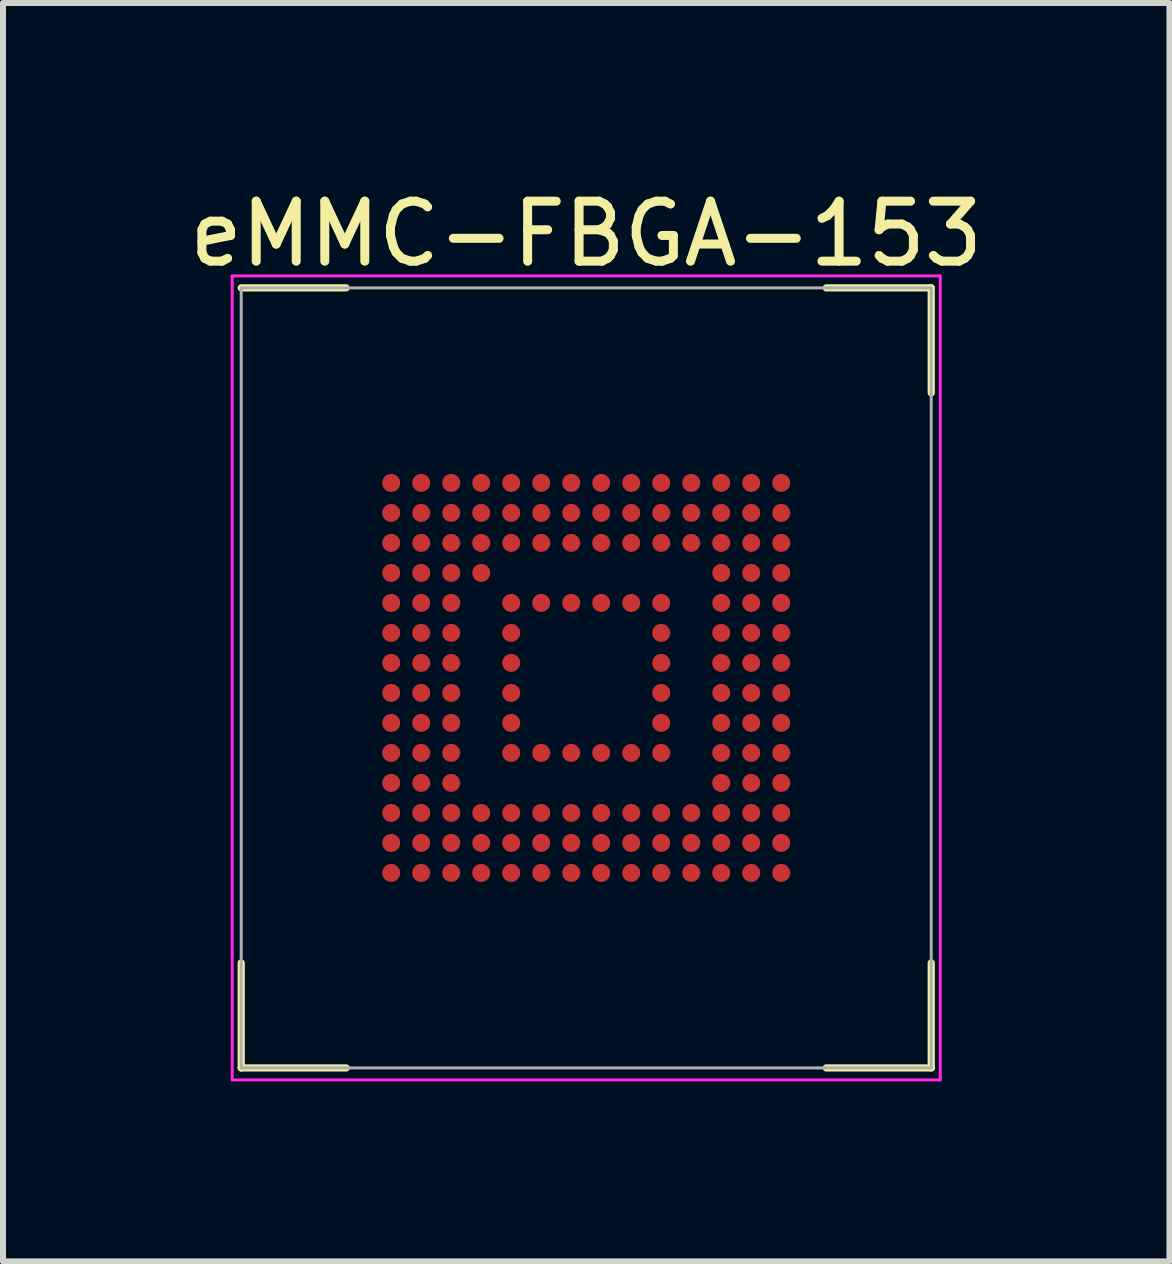
<source format=kicad_pcb>
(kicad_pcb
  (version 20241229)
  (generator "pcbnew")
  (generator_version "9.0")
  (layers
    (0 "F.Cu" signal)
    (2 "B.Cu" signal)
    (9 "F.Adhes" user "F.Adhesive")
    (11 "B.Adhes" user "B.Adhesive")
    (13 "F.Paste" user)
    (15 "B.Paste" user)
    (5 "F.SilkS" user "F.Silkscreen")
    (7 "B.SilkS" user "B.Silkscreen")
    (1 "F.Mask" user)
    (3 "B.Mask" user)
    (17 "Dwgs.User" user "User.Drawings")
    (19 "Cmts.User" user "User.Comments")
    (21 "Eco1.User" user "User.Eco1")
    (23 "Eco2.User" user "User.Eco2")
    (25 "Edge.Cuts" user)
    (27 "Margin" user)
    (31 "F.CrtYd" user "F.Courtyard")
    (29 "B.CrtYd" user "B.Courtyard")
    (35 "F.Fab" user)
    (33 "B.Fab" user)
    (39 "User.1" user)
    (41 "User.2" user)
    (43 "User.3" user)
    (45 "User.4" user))
  (footprint "eMMC-FBGA-153"
    (layer "F.Cu")
    (at 6.72 8.248)
    (property "Reference" "eMMC-FBGA-153" (at 0 -7.4 0) (layer "F.SilkS") (effects (font (size 1 1) (thickness 0.15))))
    (attr smd)
    (fp_line (start -5.75 -6.5) (end -4 -6.5) (stroke (width 0.12) (type solid)) (layer "F.SilkS"))
    (fp_line (start -5.75 6.5) (end -5.75 4.75) (stroke (width 0.12) (type solid)) (layer "F.SilkS"))
    (fp_line (start -5.75 6.5) (end -4 6.5) (stroke (width 0.12) (type solid)) (layer "F.SilkS"))
    (fp_line (start 5.75 -6.5) (end 4 -6.5) (stroke (width 0.12) (type solid)) (layer "F.SilkS"))
    (fp_line (start 5.75 -6.5) (end 5.75 -4.75) (stroke (width 0.12) (type solid)) (layer "F.SilkS"))
    (fp_line (start 5.75 6.5) (end 4 6.5) (stroke (width 0.12) (type solid)) (layer "F.SilkS"))
    (fp_line (start 5.75 6.5) (end 5.75 4.75) (stroke (width 0.12) (type solid)) (layer "F.SilkS"))
    (fp_line (start -5.9 -6.7) (end -5.9 6.7) (stroke (width 0.05) (type solid)) (layer "F.CrtYd"))
    (fp_line (start -5.9 6.7) (end 5.9 6.7) (stroke (width 0.05) (type solid)) (layer "F.CrtYd"))
    (fp_line (start 5.9 -6.7) (end -5.9 -6.7) (stroke (width 0.05) (type solid)) (layer "F.CrtYd"))
    (fp_line (start 5.9 6.7) (end 5.9 -6.7) (stroke (width 0.05) (type solid)) (layer "F.CrtYd"))
    (fp_line (start -5.75 -6.5) (end 5.75 -6.5) (stroke (width 0.05) (type solid)) (layer "F.Fab"))
    (fp_line (start -5.75 6.5) (end -5.75 -6.5) (stroke (width 0.05) (type solid)) (layer "F.Fab"))
    (fp_line (start 5.75 -6.5) (end 5.75 6.5) (stroke (width 0.05) (type solid)) (layer "F.Fab"))
    (fp_line (start 5.75 6.5) (end -5.75 6.5) (stroke (width 0.05) (type solid)) (layer "F.Fab"))
    (pad "A1" smd circle (at -3.25 -3.25) (size 0.3 0.3) (layers "F.Cu" "F.Mask" "F.Paste"))
    (pad "A2" smd circle (at -2.75 -3.25) (size 0.3 0.3) (layers "F.Cu" "F.Mask" "F.Paste"))
    (pad "A3" smd circle (at -2.25 -3.25) (size 0.3 0.3) (layers "F.Cu" "F.Mask" "F.Paste"))
    (pad "A4" smd circle (at -1.75 -3.25) (size 0.3 0.3) (layers "F.Cu" "F.Mask" "F.Paste"))
    (pad "A5" smd circle (at -1.25 -3.25) (size 0.3 0.3) (layers "F.Cu" "F.Mask" "F.Paste"))
    (pad "A6" smd circle (at -0.75 -3.25) (size 0.3 0.3) (layers "F.Cu" "F.Mask" "F.Paste"))
    (pad "A7" smd circle (at -0.25 -3.25) (size 0.3 0.3) (layers "F.Cu" "F.Mask" "F.Paste"))
    (pad "A8" smd circle (at 0.25 -3.25) (size 0.3 0.3) (layers "F.Cu" "F.Mask" "F.Paste"))
    (pad "A9" smd circle (at 0.75 -3.25) (size 0.3 0.3) (layers "F.Cu" "F.Mask" "F.Paste"))
    (pad "A10" smd circle (at 1.25 -3.25) (size 0.3 0.3) (layers "F.Cu" "F.Mask" "F.Paste"))
    (pad "A11" smd circle (at 1.75 -3.25) (size 0.3 0.3) (layers "F.Cu" "F.Mask" "F.Paste"))
    (pad "A12" smd circle (at 2.25 -3.25) (size 0.3 0.3) (layers "F.Cu" "F.Mask" "F.Paste"))
    (pad "A13" smd circle (at 2.75 -3.25) (size 0.3 0.3) (layers "F.Cu" "F.Mask" "F.Paste"))
    (pad "A14" smd circle (at 3.25 -3.25) (size 0.3 0.3) (layers "F.Cu" "F.Mask" "F.Paste"))
    (pad "B1" smd circle (at -3.25 -2.75) (size 0.3 0.3) (layers "F.Cu" "F.Mask" "F.Paste"))
    (pad "B2" smd circle (at -2.75 -2.75) (size 0.3 0.3) (layers "F.Cu" "F.Mask" "F.Paste"))
    (pad "B3" smd circle (at -2.25 -2.75) (size 0.3 0.3) (layers "F.Cu" "F.Mask" "F.Paste"))
    (pad "B4" smd circle (at -1.75 -2.75) (size 0.3 0.3) (layers "F.Cu" "F.Mask" "F.Paste"))
    (pad "B5" smd circle (at -1.25 -2.75) (size 0.3 0.3) (layers "F.Cu" "F.Mask" "F.Paste"))
    (pad "B6" smd circle (at -0.75 -2.75) (size 0.3 0.3) (layers "F.Cu" "F.Mask" "F.Paste"))
    (pad "B7" smd circle (at -0.25 -2.75) (size 0.3 0.3) (layers "F.Cu" "F.Mask" "F.Paste"))
    (pad "B8" smd circle (at 0.25 -2.75) (size 0.3 0.3) (layers "F.Cu" "F.Mask" "F.Paste"))
    (pad "B9" smd circle (at 0.75 -2.75) (size 0.3 0.3) (layers "F.Cu" "F.Mask" "F.Paste"))
    (pad "B10" smd circle (at 1.25 -2.75) (size 0.3 0.3) (layers "F.Cu" "F.Mask" "F.Paste"))
    (pad "B11" smd circle (at 1.75 -2.75) (size 0.3 0.3) (layers "F.Cu" "F.Mask" "F.Paste"))
    (pad "B12" smd circle (at 2.25 -2.75) (size 0.3 0.3) (layers "F.Cu" "F.Mask" "F.Paste"))
    (pad "B13" smd circle (at 2.75 -2.75) (size 0.3 0.3) (layers "F.Cu" "F.Mask" "F.Paste"))
    (pad "B14" smd circle (at 3.25 -2.75) (size 0.3 0.3) (layers "F.Cu" "F.Mask" "F.Paste"))
    (pad "C1" smd circle (at -3.25 -2.25) (size 0.3 0.3) (layers "F.Cu" "F.Mask" "F.Paste"))
    (pad "C2" smd circle (at -2.75 -2.25) (size 0.3 0.3) (layers "F.Cu" "F.Mask" "F.Paste"))
    (pad "C3" smd circle (at -2.25 -2.25) (size 0.3 0.3) (layers "F.Cu" "F.Mask" "F.Paste"))
    (pad "C4" smd circle (at -1.75 -2.25) (size 0.3 0.3) (layers "F.Cu" "F.Mask" "F.Paste"))
    (pad "C5" smd circle (at -1.25 -2.25) (size 0.3 0.3) (layers "F.Cu" "F.Mask" "F.Paste"))
    (pad "C6" smd circle (at -0.75 -2.25) (size 0.3 0.3) (layers "F.Cu" "F.Mask" "F.Paste"))
    (pad "C7" smd circle (at -0.25 -2.25) (size 0.3 0.3) (layers "F.Cu" "F.Mask" "F.Paste"))
    (pad "C8" smd circle (at 0.25 -2.25) (size 0.3 0.3) (layers "F.Cu" "F.Mask" "F.Paste"))
    (pad "C9" smd circle (at 0.75 -2.25) (size 0.3 0.3) (layers "F.Cu" "F.Mask" "F.Paste"))
    (pad "C10" smd circle (at 1.25 -2.25) (size 0.3 0.3) (layers "F.Cu" "F.Mask" "F.Paste"))
    (pad "C11" smd circle (at 1.75 -2.25) (size 0.3 0.3) (layers "F.Cu" "F.Mask" "F.Paste"))
    (pad "C12" smd circle (at 2.25 -2.25) (size 0.3 0.3) (layers "F.Cu" "F.Mask" "F.Paste"))
    (pad "C13" smd circle (at 2.75 -2.25) (size 0.3 0.3) (layers "F.Cu" "F.Mask" "F.Paste"))
    (pad "C14" smd circle (at 3.25 -2.25) (size 0.3 0.3) (layers "F.Cu" "F.Mask" "F.Paste"))
    (pad "D1" smd circle (at -3.25 -1.75) (size 0.3 0.3) (layers "F.Cu" "F.Mask" "F.Paste"))
    (pad "D2" smd circle (at -2.75 -1.75) (size 0.3 0.3) (layers "F.Cu" "F.Mask" "F.Paste"))
    (pad "D3" smd circle (at -2.25 -1.75) (size 0.3 0.3) (layers "F.Cu" "F.Mask" "F.Paste"))
    (pad "D4" smd circle (at -1.75 -1.75) (size 0.3 0.3) (layers "F.Cu" "F.Mask" "F.Paste"))
    (pad "D12" smd circle (at 2.25 -1.75) (size 0.3 0.3) (layers "F.Cu" "F.Mask" "F.Paste"))
    (pad "D13" smd circle (at 2.75 -1.75) (size 0.3 0.3) (layers "F.Cu" "F.Mask" "F.Paste"))
    (pad "D14" smd circle (at 3.25 -1.75) (size 0.3 0.3) (layers "F.Cu" "F.Mask" "F.Paste"))
    (pad "E1" smd circle (at -3.25 -1.25) (size 0.3 0.3) (layers "F.Cu" "F.Mask" "F.Paste"))
    (pad "E2" smd circle (at -2.75 -1.25) (size 0.3 0.3) (layers "F.Cu" "F.Mask" "F.Paste"))
    (pad "E3" smd circle (at -2.25 -1.25) (size 0.3 0.3) (layers "F.Cu" "F.Mask" "F.Paste"))
    (pad "E5" smd circle (at -1.25 -1.25) (size 0.3 0.3) (layers "F.Cu" "F.Mask" "F.Paste"))
    (pad "E6" smd circle (at -0.75 -1.25) (size 0.3 0.3) (layers "F.Cu" "F.Mask" "F.Paste"))
    (pad "E7" smd circle (at -0.25 -1.25) (size 0.3 0.3) (layers "F.Cu" "F.Mask" "F.Paste"))
    (pad "E8" smd circle (at 0.25 -1.25) (size 0.3 0.3) (layers "F.Cu" "F.Mask" "F.Paste"))
    (pad "E9" smd circle (at 0.75 -1.25) (size 0.3 0.3) (layers "F.Cu" "F.Mask" "F.Paste"))
    (pad "E10" smd circle (at 1.25 -1.25) (size 0.3 0.3) (layers "F.Cu" "F.Mask" "F.Paste"))
    (pad "E12" smd circle (at 2.25 -1.25) (size 0.3 0.3) (layers "F.Cu" "F.Mask" "F.Paste"))
    (pad "E13" smd circle (at 2.75 -1.25) (size 0.3 0.3) (layers "F.Cu" "F.Mask" "F.Paste"))
    (pad "E14" smd circle (at 3.25 -1.25) (size 0.3 0.3) (layers "F.Cu" "F.Mask" "F.Paste"))
    (pad "F1" smd circle (at -3.25 -0.75) (size 0.3 0.3) (layers "F.Cu" "F.Mask" "F.Paste"))
    (pad "F2" smd circle (at -2.75 -0.75) (size 0.3 0.3) (layers "F.Cu" "F.Mask" "F.Paste"))
    (pad "F3" smd circle (at -2.25 -0.75) (size 0.3 0.3) (layers "F.Cu" "F.Mask" "F.Paste"))
    (pad "F5" smd circle (at -1.25 -0.75) (size 0.3 0.3) (layers "F.Cu" "F.Mask" "F.Paste"))
    (pad "F10" smd circle (at 1.25 -0.75) (size 0.3 0.3) (layers "F.Cu" "F.Mask" "F.Paste"))
    (pad "F12" smd circle (at 2.25 -0.75) (size 0.3 0.3) (layers "F.Cu" "F.Mask" "F.Paste"))
    (pad "F13" smd circle (at 2.75 -0.75) (size 0.3 0.3) (layers "F.Cu" "F.Mask" "F.Paste"))
    (pad "F14" smd circle (at 3.25 -0.75) (size 0.3 0.3) (layers "F.Cu" "F.Mask" "F.Paste"))
    (pad "G1" smd circle (at -3.25 -0.25) (size 0.3 0.3) (layers "F.Cu" "F.Mask" "F.Paste"))
    (pad "G2" smd circle (at -2.75 -0.25) (size 0.3 0.3) (layers "F.Cu" "F.Mask" "F.Paste"))
    (pad "G3" smd circle (at -2.25 -0.25) (size 0.3 0.3) (layers "F.Cu" "F.Mask" "F.Paste"))
    (pad "G5" smd circle (at -1.25 -0.25) (size 0.3 0.3) (layers "F.Cu" "F.Mask" "F.Paste"))
    (pad "G10" smd circle (at 1.25 -0.25) (size 0.3 0.3) (layers "F.Cu" "F.Mask" "F.Paste"))
    (pad "G12" smd circle (at 2.25 -0.25) (size 0.3 0.3) (layers "F.Cu" "F.Mask" "F.Paste"))
    (pad "G13" smd circle (at 2.75 -0.25) (size 0.3 0.3) (layers "F.Cu" "F.Mask" "F.Paste"))
    (pad "G14" smd circle (at 3.25 -0.25) (size 0.3 0.3) (layers "F.Cu" "F.Mask" "F.Paste"))
    (pad "H1" smd circle (at -3.25 0.25) (size 0.3 0.3) (layers "F.Cu" "F.Mask" "F.Paste"))
    (pad "H2" smd circle (at -2.75 0.25) (size 0.3 0.3) (layers "F.Cu" "F.Mask" "F.Paste"))
    (pad "H3" smd circle (at -2.25 0.25) (size 0.3 0.3) (layers "F.Cu" "F.Mask" "F.Paste"))
    (pad "H5" smd circle (at -1.25 0.25) (size 0.3 0.3) (layers "F.Cu" "F.Mask" "F.Paste"))
    (pad "H10" smd circle (at 1.25 0.25) (size 0.3 0.3) (layers "F.Cu" "F.Mask" "F.Paste"))
    (pad "H12" smd circle (at 2.25 0.25) (size 0.3 0.3) (layers "F.Cu" "F.Mask" "F.Paste"))
    (pad "H13" smd circle (at 2.75 0.25) (size 0.3 0.3) (layers "F.Cu" "F.Mask" "F.Paste"))
    (pad "H14" smd circle (at 3.25 0.25) (size 0.3 0.3) (layers "F.Cu" "F.Mask" "F.Paste"))
    (pad "J1" smd circle (at -3.25 0.75) (size 0.3 0.3) (layers "F.Cu" "F.Mask" "F.Paste"))
    (pad "J2" smd circle (at -2.75 0.75) (size 0.3 0.3) (layers "F.Cu" "F.Mask" "F.Paste"))
    (pad "J3" smd circle (at -2.25 0.75) (size 0.3 0.3) (layers "F.Cu" "F.Mask" "F.Paste"))
    (pad "J5" smd circle (at -1.25 0.75) (size 0.3 0.3) (layers "F.Cu" "F.Mask" "F.Paste"))
    (pad "J10" smd circle (at 1.25 0.75) (size 0.3 0.3) (layers "F.Cu" "F.Mask" "F.Paste"))
    (pad "J12" smd circle (at 2.25 0.75) (size 0.3 0.3) (layers "F.Cu" "F.Mask" "F.Paste"))
    (pad "J13" smd circle (at 2.75 0.75) (size 0.3 0.3) (layers "F.Cu" "F.Mask" "F.Paste"))
    (pad "J14" smd circle (at 3.25 0.75) (size 0.3 0.3) (layers "F.Cu" "F.Mask" "F.Paste"))
    (pad "K1" smd circle (at -3.25 1.25) (size 0.3 0.3) (layers "F.Cu" "F.Mask" "F.Paste"))
    (pad "K2" smd circle (at -2.75 1.25) (size 0.3 0.3) (layers "F.Cu" "F.Mask" "F.Paste"))
    (pad "K3" smd circle (at -2.25 1.25) (size 0.3 0.3) (layers "F.Cu" "F.Mask" "F.Paste"))
    (pad "K5" smd circle (at -1.25 1.25) (size 0.3 0.3) (layers "F.Cu" "F.Mask" "F.Paste"))
    (pad "K6" smd circle (at -0.75 1.25) (size 0.3 0.3) (layers "F.Cu" "F.Mask" "F.Paste"))
    (pad "K7" smd circle (at -0.25 1.25) (size 0.3 0.3) (layers "F.Cu" "F.Mask" "F.Paste"))
    (pad "K8" smd circle (at 0.25 1.25) (size 0.3 0.3) (layers "F.Cu" "F.Mask" "F.Paste"))
    (pad "K9" smd circle (at 0.75 1.25) (size 0.3 0.3) (layers "F.Cu" "F.Mask" "F.Paste"))
    (pad "K10" smd circle (at 1.25 1.25) (size 0.3 0.3) (layers "F.Cu" "F.Mask" "F.Paste"))
    (pad "K12" smd circle (at 2.25 1.25) (size 0.3 0.3) (layers "F.Cu" "F.Mask" "F.Paste"))
    (pad "K13" smd circle (at 2.75 1.25) (size 0.3 0.3) (layers "F.Cu" "F.Mask" "F.Paste"))
    (pad "K14" smd circle (at 3.25 1.25) (size 0.3 0.3) (layers "F.Cu" "F.Mask" "F.Paste"))
    (pad "L1" smd circle (at -3.25 1.75) (size 0.3 0.3) (layers "F.Cu" "F.Mask" "F.Paste"))
    (pad "L2" smd circle (at -2.75 1.75) (size 0.3 0.3) (layers "F.Cu" "F.Mask" "F.Paste"))
    (pad "L3" smd circle (at -2.25 1.75) (size 0.3 0.3) (layers "F.Cu" "F.Mask" "F.Paste"))
    (pad "L12" smd circle (at 2.25 1.75) (size 0.3 0.3) (layers "F.Cu" "F.Mask" "F.Paste"))
    (pad "L13" smd circle (at 2.75 1.75) (size 0.3 0.3) (layers "F.Cu" "F.Mask" "F.Paste"))
    (pad "L14" smd circle (at 3.25 1.75) (size 0.3 0.3) (layers "F.Cu" "F.Mask" "F.Paste"))
    (pad "M1" smd circle (at -3.25 2.25) (size 0.3 0.3) (layers "F.Cu" "F.Mask" "F.Paste"))
    (pad "M2" smd circle (at -2.75 2.25) (size 0.3 0.3) (layers "F.Cu" "F.Mask" "F.Paste"))
    (pad "M3" smd circle (at -2.25 2.25) (size 0.3 0.3) (layers "F.Cu" "F.Mask" "F.Paste"))
    (pad "M4" smd circle (at -1.75 2.25) (size 0.3 0.3) (layers "F.Cu" "F.Mask" "F.Paste"))
    (pad "M5" smd circle (at -1.25 2.25) (size 0.3 0.3) (layers "F.Cu" "F.Mask" "F.Paste"))
    (pad "M6" smd circle (at -0.75 2.25) (size 0.3 0.3) (layers "F.Cu" "F.Mask" "F.Paste"))
    (pad "M7" smd circle (at -0.25 2.25) (size 0.3 0.3) (layers "F.Cu" "F.Mask" "F.Paste"))
    (pad "M8" smd circle (at 0.25 2.25) (size 0.3 0.3) (layers "F.Cu" "F.Mask" "F.Paste"))
    (pad "M9" smd circle (at 0.75 2.25) (size 0.3 0.3) (layers "F.Cu" "F.Mask" "F.Paste"))
    (pad "M10" smd circle (at 1.25 2.25) (size 0.3 0.3) (layers "F.Cu" "F.Mask" "F.Paste"))
    (pad "M11" smd circle (at 1.75 2.25) (size 0.3 0.3) (layers "F.Cu" "F.Mask" "F.Paste"))
    (pad "M12" smd circle (at 2.25 2.25) (size 0.3 0.3) (layers "F.Cu" "F.Mask" "F.Paste"))
    (pad "M13" smd circle (at 2.75 2.25) (size 0.3 0.3) (layers "F.Cu" "F.Mask" "F.Paste"))
    (pad "M14" smd circle (at 3.25 2.25) (size 0.3 0.3) (layers "F.Cu" "F.Mask" "F.Paste"))
    (pad "N1" smd circle (at -3.25 2.75) (size 0.3 0.3) (layers "F.Cu" "F.Mask" "F.Paste"))
    (pad "N2" smd circle (at -2.75 2.75) (size 0.3 0.3) (layers "F.Cu" "F.Mask" "F.Paste"))
    (pad "N3" smd circle (at -2.25 2.75) (size 0.3 0.3) (layers "F.Cu" "F.Mask" "F.Paste"))
    (pad "N4" smd circle (at -1.75 2.75) (size 0.3 0.3) (layers "F.Cu" "F.Mask" "F.Paste"))
    (pad "N5" smd circle (at -1.25 2.75) (size 0.3 0.3) (layers "F.Cu" "F.Mask" "F.Paste"))
    (pad "N6" smd circle (at -0.75 2.75) (size 0.3 0.3) (layers "F.Cu" "F.Mask" "F.Paste"))
    (pad "N7" smd circle (at -0.25 2.75) (size 0.3 0.3) (layers "F.Cu" "F.Mask" "F.Paste"))
    (pad "N8" smd circle (at 0.25 2.75) (size 0.3 0.3) (layers "F.Cu" "F.Mask" "F.Paste"))
    (pad "N9" smd circle (at 0.75 2.75) (size 0.3 0.3) (layers "F.Cu" "F.Mask" "F.Paste"))
    (pad "N10" smd circle (at 1.25 2.75) (size 0.3 0.3) (layers "F.Cu" "F.Mask" "F.Paste"))
    (pad "N11" smd circle (at 1.75 2.75) (size 0.3 0.3) (layers "F.Cu" "F.Mask" "F.Paste"))
    (pad "N12" smd circle (at 2.25 2.75) (size 0.3 0.3) (layers "F.Cu" "F.Mask" "F.Paste"))
    (pad "N13" smd circle (at 2.75 2.75) (size 0.3 0.3) (layers "F.Cu" "F.Mask" "F.Paste"))
    (pad "N14" smd circle (at 3.25 2.75) (size 0.3 0.3) (layers "F.Cu" "F.Mask" "F.Paste"))
    (pad "P1" smd circle (at -3.25 3.25) (size 0.3 0.3) (layers "F.Cu" "F.Mask" "F.Paste"))
    (pad "P2" smd circle (at -2.75 3.25) (size 0.3 0.3) (layers "F.Cu" "F.Mask" "F.Paste"))
    (pad "P3" smd circle (at -2.25 3.25) (size 0.3 0.3) (layers "F.Cu" "F.Mask" "F.Paste"))
    (pad "P4" smd circle (at -1.75 3.25) (size 0.3 0.3) (layers "F.Cu" "F.Mask" "F.Paste"))
    (pad "P5" smd circle (at -1.25 3.25) (size 0.3 0.3) (layers "F.Cu" "F.Mask" "F.Paste"))
    (pad "P6" smd circle (at -0.75 3.25) (size 0.3 0.3) (layers "F.Cu" "F.Mask" "F.Paste"))
    (pad "P7" smd circle (at -0.25 3.25) (size 0.3 0.3) (layers "F.Cu" "F.Mask" "F.Paste"))
    (pad "P8" smd circle (at 0.25 3.25) (size 0.3 0.3) (layers "F.Cu" "F.Mask" "F.Paste"))
    (pad "P9" smd circle (at 0.75 3.25) (size 0.3 0.3) (layers "F.Cu" "F.Mask" "F.Paste"))
    (pad "P10" smd circle (at 1.25 3.25) (size 0.3 0.3) (layers "F.Cu" "F.Mask" "F.Paste"))
    (pad "P11" smd circle (at 1.75 3.25) (size 0.3 0.3) (layers "F.Cu" "F.Mask" "F.Paste"))
    (pad "P12" smd circle (at 2.25 3.25) (size 0.3 0.3) (layers "F.Cu" "F.Mask" "F.Paste"))
    (pad "P13" smd circle (at 2.75 3.25) (size 0.3 0.3) (layers "F.Cu" "F.Mask" "F.Paste"))
    (pad "P14" smd circle (at 3.25 3.25) (size 0.3 0.3) (layers "F.Cu" "F.Mask" "F.Paste")))
  (gr_rect
    (start -3 -3)
    (end 16.44 17.973)
    (stroke (width 0.1) (type default))
    (fill no)
    (layer "Edge.Cuts")))
</source>
